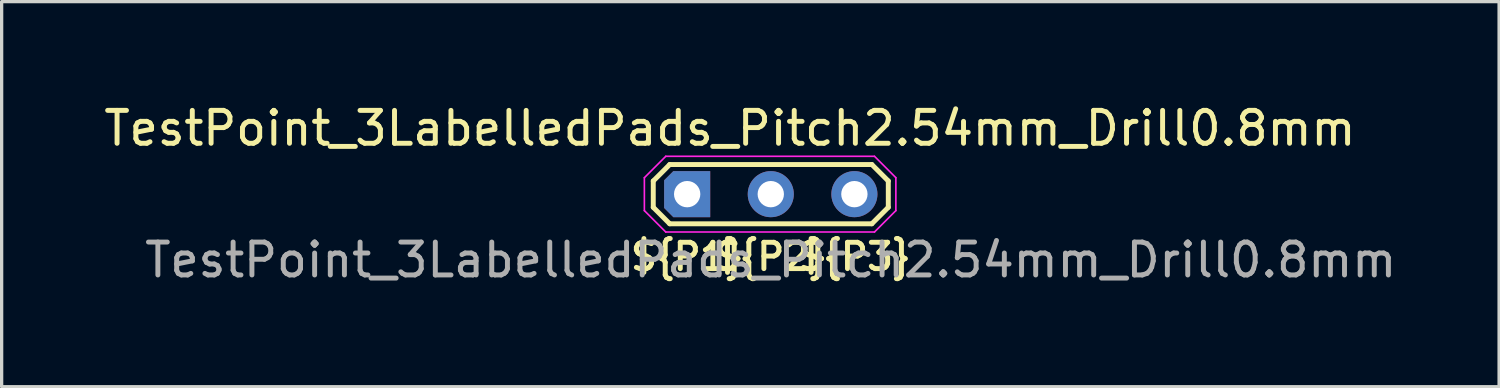
<source format=kicad_pcb>
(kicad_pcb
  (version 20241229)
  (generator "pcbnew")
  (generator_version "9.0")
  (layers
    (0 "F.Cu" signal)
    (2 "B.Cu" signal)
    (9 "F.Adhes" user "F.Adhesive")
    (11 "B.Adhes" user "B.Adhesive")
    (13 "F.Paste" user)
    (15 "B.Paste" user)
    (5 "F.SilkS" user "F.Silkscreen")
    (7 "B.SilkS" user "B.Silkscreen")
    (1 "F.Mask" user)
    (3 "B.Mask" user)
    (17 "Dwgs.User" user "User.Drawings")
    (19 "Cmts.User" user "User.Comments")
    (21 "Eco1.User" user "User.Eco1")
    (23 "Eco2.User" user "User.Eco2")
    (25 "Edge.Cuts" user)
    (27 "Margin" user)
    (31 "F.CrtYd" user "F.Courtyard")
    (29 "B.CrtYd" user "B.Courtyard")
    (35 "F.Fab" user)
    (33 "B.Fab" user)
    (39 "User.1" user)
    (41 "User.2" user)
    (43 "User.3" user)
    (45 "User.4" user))
  (footprint "TestPoint_3LabelledPads_Pitch2.54mm_Drill0.8mm"
    (layer "F.Cu")
    (at 17.825 2.848)
    (property "Reference" "TestPoint_3LabelledPads_Pitch2.54mm_Drill0.8mm" (at 1.3 -2 0) (layer "F.SilkS") (effects (font (size 1 1) (thickness 0.15))))
    (attr exclude_from_pos_files exclude_from_bom allow_missing_courtyard)
    (fp_line (start -1.03 -0.4) (end -0.53 -0.9) (stroke (width 0.15) (type solid)) (layer "F.SilkS"))
    (fp_line (start -1.03 0.4) (end -1.03 -0.4) (stroke (width 0.15) (type solid)) (layer "F.SilkS"))
    (fp_line (start -0.53 -0.9) (end 5.61 -0.9) (stroke (width 0.15) (type solid)) (layer "F.SilkS"))
    (fp_line (start -0.53 0.9) (end -1.03 0.4) (stroke (width 0.15) (type solid)) (layer "F.SilkS"))
    (fp_line (start 5.61 -0.9) (end 6.11 -0.4) (stroke (width 0.15) (type solid)) (layer "F.SilkS"))
    (fp_line (start 5.61 0.9) (end -0.53 0.9) (stroke (width 0.15) (type solid)) (layer "F.SilkS"))
    (fp_line (start 6.11 -0.4) (end 6.11 0.4) (stroke (width 0.15) (type solid)) (layer "F.SilkS"))
    (fp_line (start 6.11 0.4) (end 5.61 0.9) (stroke (width 0.15) (type solid)) (layer "F.SilkS"))
    (fp_line (start -1.3 -0.5) (end -1.3 0.5) (stroke (width 0.05) (type solid)) (layer "F.CrtYd"))
    (fp_line (start -1.3 0.5) (end -0.65 1.15) (stroke (width 0.05) (type solid)) (layer "F.CrtYd"))
    (fp_line (start -0.65 -1.15) (end -1.3 -0.5) (stroke (width 0.05) (type solid)) (layer "F.CrtYd"))
    (fp_line (start -0.65 1.15) (end 5.69 1.15) (stroke (width 0.05) (type solid)) (layer "F.CrtYd"))
    (fp_line (start 5.69 -1.15) (end -0.65 -1.15) (stroke (width 0.05) (type solid)) (layer "F.CrtYd"))
    (fp_line (start 5.69 1.15) (end 6.34 0.5) (stroke (width 0.05) (type solid)) (layer "F.CrtYd"))
    (fp_line (start 6.34 -0.5) (end 5.69 -1.15) (stroke (width 0.05) (type solid)) (layer "F.CrtYd"))
    (fp_line (start 6.34 0.5) (end 6.34 -0.5) (stroke (width 0.05) (type solid)) (layer "F.CrtYd"))
    (fp_text user "${P2}" (at 2.54 1.9 0) (layer "F.SilkS") (effects (font (size 0.8 0.8) (thickness 0.15))))
    (fp_text user "${P1}" (at 0 1.9 0) (layer "F.SilkS") (effects (font (size 0.8 0.8) (thickness 0.15))))
    (fp_text user "${P3}" (at 5.08 1.9 0) (layer "F.SilkS") (effects (font (size 0.8 0.8) (thickness 0.15))))
    (fp_text user "${REFERENCE}" (at 2.54 2 0) (layer "F.Fab") (effects (font (size 1 1) (thickness 0.15))))
    (pad "1" thru_hole roundrect (at 0 0) (size 1.4 1.4) (drill 0.8) (layers "*.Cu" "*.Mask") (roundrect_rratio 0) (chamfer_ratio 0.2) (chamfer top_left bottom_left))
    (pad "2" thru_hole circle (at 2.54 0) (size 1.4 1.4) (drill 0.8) (layers "*.Cu" "*.Mask"))
    (pad "3" thru_hole circle (at 5.08 0) (size 1.4 1.4) (drill 0.8) (layers "*.Cu" "*.Mask")))
  (gr_rect
    (start -3 -3)
    (end 42.49 8.697)
    (stroke (width 0.1) (type default))
    (fill no)
    (layer "Edge.Cuts")))
</source>
